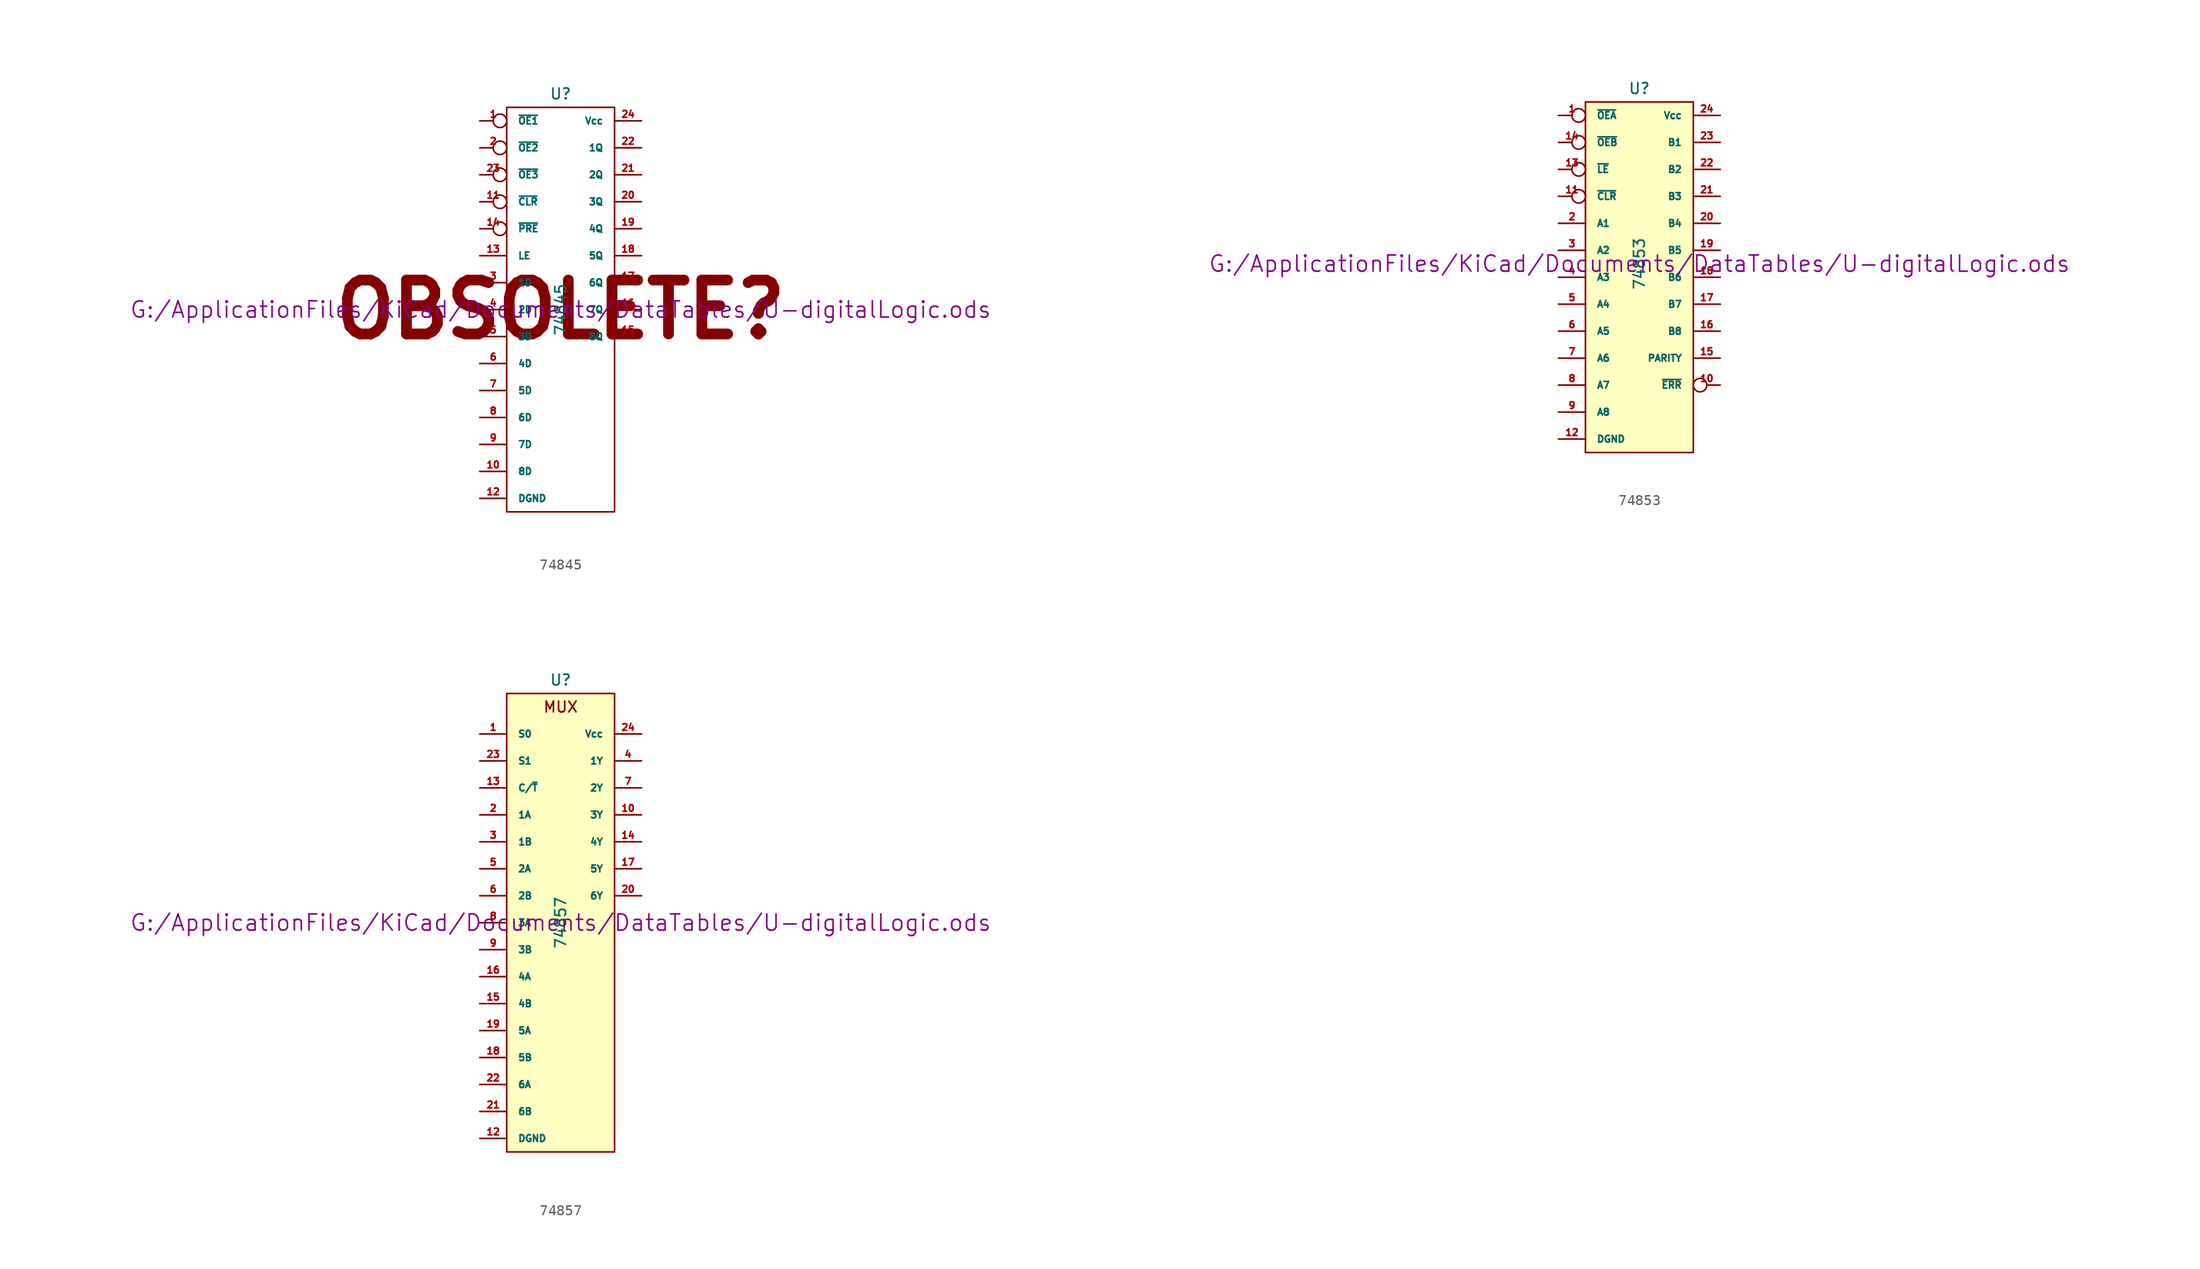
<source format=kicad_sym>
(kicad_symbol_lib
  (version 20211014)
  (generator kicad_symbol_editor)
  (symbol "74845"
    (pin_names
      (offset 1.016))
    (property "Reference" "U"
      (at 0 20.32 0)
      (effects (font (size 1.016 1.016))))
    (property "Value" "74845"
      (at 0 0 90)
      (effects (font (size 1.016 1.016))))
    (property "Footprint" ""
      (at 0 0 0)
      (effects (font (size 1.524 1.524))))
    (property "Datasheet" "G:/ApplicationFiles/KiCad/Documents/DataTables/U-digitalLogic.ods"
      (at 0 0 0)
      (effects (font (size 1.524 1.524))))
    (symbol "74845_0_0"
      (text "OBSOLETE?" (at 0 0 0) (effects (font (size 5.08 5.08) bold))))
    (symbol "74845_0_1"
      (rectangle (start -5.08 19.05) (end 5.08 -19.05) (stroke (width 0) (type default) (color 0 0 0 0)) (fill (type none))))
    (symbol "74845_1_1"
      (pin input inverted (at -7.62 17.78 0) (length 2.54) (name "~{OE1}" (effects (font (size 0.635 0.635)))) (number "1" (effects (font (size 0.635 0.635)))))
      (pin input line (at -7.62 -15.24 0) (length 2.54) (name "8D" (effects (font (size 0.635 0.635)))) (number "10" (effects (font (size 0.635 0.635)))))
      (pin input inverted (at -7.62 10.16 0) (length 2.54) (name "~{CLR}" (effects (font (size 0.635 0.635)))) (number "11" (effects (font (size 0.635 0.635)))))
      (pin power_in line (at -7.62 -17.78 0) (length 2.54) (name "DGND" (effects (font (size 0.635 0.635)))) (number "12" (effects (font (size 0.635 0.635)))))
      (pin input line (at -7.62 5.08 0) (length 2.54) (name "LE" (effects (font (size 0.635 0.635)))) (number "13" (effects (font (size 0.635 0.635)))))
      (pin input inverted (at -7.62 7.62 0) (length 2.54) (name "~{PRE}" (effects (font (size 0.635 0.635)))) (number "14" (effects (font (size 0.635 0.635)))))
      (pin tri_state line (at 7.62 -2.54 180) (length 2.54) (name "8Q" (effects (font (size 0.635 0.635)))) (number "15" (effects (font (size 0.635 0.635)))))
      (pin tri_state line (at 7.62 0 180) (length 2.54) (name "7Q" (effects (font (size 0.635 0.635)))) (number "16" (effects (font (size 0.635 0.635)))))
      (pin tri_state line (at 7.62 2.54 180) (length 2.54) (name "6Q" (effects (font (size 0.635 0.635)))) (number "17" (effects (font (size 0.635 0.635)))))
      (pin tri_state line (at 7.62 5.08 180) (length 2.54) (name "5Q" (effects (font (size 0.635 0.635)))) (number "18" (effects (font (size 0.635 0.635)))))
      (pin tri_state line (at 7.62 7.62 180) (length 2.54) (name "4Q" (effects (font (size 0.635 0.635)))) (number "19" (effects (font (size 0.635 0.635)))))
      (pin input inverted (at -7.62 15.24 0) (length 2.54) (name "~{OE2}" (effects (font (size 0.635 0.635)))) (number "2" (effects (font (size 0.635 0.635)))))
      (pin tri_state line (at 7.62 10.16 180) (length 2.54) (name "3Q" (effects (font (size 0.635 0.635)))) (number "20" (effects (font (size 0.635 0.635)))))
      (pin tri_state line (at 7.62 12.7 180) (length 2.54) (name "2Q" (effects (font (size 0.635 0.635)))) (number "21" (effects (font (size 0.635 0.635)))))
      (pin tri_state line (at 7.62 15.24 180) (length 2.54) (name "1Q" (effects (font (size 0.635 0.635)))) (number "22" (effects (font (size 0.635 0.635)))))
      (pin input inverted (at -7.62 12.7 0) (length 2.54) (name "~{OE3}" (effects (font (size 0.635 0.635)))) (number "23" (effects (font (size 0.635 0.635)))))
      (pin power_in line (at 7.62 17.78 180) (length 2.54) (name "Vcc" (effects (font (size 0.635 0.635)))) (number "24" (effects (font (size 0.635 0.635)))))
      (pin input line (at -7.62 2.54 0) (length 2.54) (name "1D" (effects (font (size 0.635 0.635)))) (number "3" (effects (font (size 0.635 0.635)))))
      (pin input line (at -7.62 0 0) (length 2.54) (name "2D" (effects (font (size 0.635 0.635)))) (number "4" (effects (font (size 0.635 0.635)))))
      (pin input line (at -7.62 -2.54 0) (length 2.54) (name "3D" (effects (font (size 0.635 0.635)))) (number "5" (effects (font (size 0.635 0.635)))))
      (pin input line (at -7.62 -5.08 0) (length 2.54) (name "4D" (effects (font (size 0.635 0.635)))) (number "6" (effects (font (size 0.635 0.635)))))
      (pin input line (at -7.62 -7.62 0) (length 2.54) (name "5D" (effects (font (size 0.635 0.635)))) (number "7" (effects (font (size 0.635 0.635)))))
      (pin input line (at -7.62 -10.16 0) (length 2.54) (name "6D" (effects (font (size 0.635 0.635)))) (number "8" (effects (font (size 0.635 0.635)))))
      (pin input line (at -7.62 -12.7 0) (length 2.54) (name "7D" (effects (font (size 0.635 0.635)))) (number "9" (effects (font (size 0.635 0.635)))))))
  (symbol "74853"
    (pin_names
      (offset 1.016))
    (property "Reference" "U"
      (at 0 16.51 0)
      (effects (font (size 1.016 1.016))))
    (property "Value" "74853"
      (at 0 0 90)
      (effects (font (size 1.016 1.016))))
    (property "Footprint" ""
      (at 0 0 0)
      (effects (font (size 1.524 1.524))))
    (property "Datasheet" "G:/ApplicationFiles/KiCad/Documents/DataTables/U-digitalLogic.ods"
      (at 0 0 0)
      (effects (font (size 1.524 1.524))))
    (symbol "74853_0_1"
      (rectangle (start -5.08 15.24) (end 5.08 -17.78) (stroke (width 0) (type default) (color 0 0 0 0)) (fill (type background))))
    (symbol "74853_1_1"
      (pin input inverted (at -7.62 13.97 0) (length 2.54) (name "~{OEA}" (effects (font (size 0.635 0.635)))) (number "1" (effects (font (size 0.635 0.635)))))
      (pin output inverted (at 7.62 -11.43 180) (length 2.54) (name "~{ERR}" (effects (font (size 0.635 0.635)))) (number "10" (effects (font (size 0.635 0.635)))))
      (pin input inverted (at -7.62 6.35 0) (length 2.54) (name "~{CLR}" (effects (font (size 0.635 0.635)))) (number "11" (effects (font (size 0.635 0.635)))))
      (pin power_in line (at -7.62 -16.51 0) (length 2.54) (name "DGND" (effects (font (size 0.635 0.635)))) (number "12" (effects (font (size 0.635 0.635)))))
      (pin input inverted (at -7.62 8.89 0) (length 2.54) (name "~{LE}" (effects (font (size 0.635 0.635)))) (number "13" (effects (font (size 0.635 0.635)))))
      (pin input inverted (at -7.62 11.43 0) (length 2.54) (name "~{OEB}" (effects (font (size 0.635 0.635)))) (number "14" (effects (font (size 0.635 0.635)))))
      (pin output line (at 7.62 -8.89 180) (length 2.54) (name "PARITY" (effects (font (size 0.635 0.635)))) (number "15" (effects (font (size 0.635 0.635)))))
      (pin bidirectional line (at 7.62 -6.35 180) (length 2.54) (name "B8" (effects (font (size 0.635 0.635)))) (number "16" (effects (font (size 0.635 0.635)))))
      (pin bidirectional line (at 7.62 -3.81 180) (length 2.54) (name "B7" (effects (font (size 0.635 0.635)))) (number "17" (effects (font (size 0.635 0.635)))))
      (pin bidirectional line (at 7.62 -1.27 180) (length 2.54) (name "B6" (effects (font (size 0.635 0.635)))) (number "18" (effects (font (size 0.635 0.635)))))
      (pin bidirectional line (at 7.62 1.27 180) (length 2.54) (name "B5" (effects (font (size 0.635 0.635)))) (number "19" (effects (font (size 0.635 0.635)))))
      (pin bidirectional line (at -7.62 3.81 0) (length 2.54) (name "A1" (effects (font (size 0.635 0.635)))) (number "2" (effects (font (size 0.635 0.635)))))
      (pin bidirectional line (at 7.62 3.81 180) (length 2.54) (name "B4" (effects (font (size 0.635 0.635)))) (number "20" (effects (font (size 0.635 0.635)))))
      (pin bidirectional line (at 7.62 6.35 180) (length 2.54) (name "B3" (effects (font (size 0.635 0.635)))) (number "21" (effects (font (size 0.635 0.635)))))
      (pin bidirectional line (at 7.62 8.89 180) (length 2.54) (name "B2" (effects (font (size 0.635 0.635)))) (number "22" (effects (font (size 0.635 0.635)))))
      (pin bidirectional line (at 7.62 11.43 180) (length 2.54) (name "B1" (effects (font (size 0.635 0.635)))) (number "23" (effects (font (size 0.635 0.635)))))
      (pin power_in line (at 7.62 13.97 180) (length 2.54) (name "Vcc" (effects (font (size 0.635 0.635)))) (number "24" (effects (font (size 0.635 0.635)))))
      (pin bidirectional line (at -7.62 1.27 0) (length 2.54) (name "A2" (effects (font (size 0.635 0.635)))) (number "3" (effects (font (size 0.635 0.635)))))
      (pin bidirectional line (at -7.62 -1.27 0) (length 2.54) (name "A3" (effects (font (size 0.635 0.635)))) (number "4" (effects (font (size 0.635 0.635)))))
      (pin bidirectional line (at -7.62 -3.81 0) (length 2.54) (name "A4" (effects (font (size 0.635 0.635)))) (number "5" (effects (font (size 0.635 0.635)))))
      (pin bidirectional line (at -7.62 -6.35 0) (length 2.54) (name "A5" (effects (font (size 0.635 0.635)))) (number "6" (effects (font (size 0.635 0.635)))))
      (pin bidirectional line (at -7.62 -8.89 0) (length 2.54) (name "A6" (effects (font (size 0.635 0.635)))) (number "7" (effects (font (size 0.635 0.635)))))
      (pin bidirectional line (at -7.62 -11.43 0) (length 2.54) (name "A7" (effects (font (size 0.635 0.635)))) (number "8" (effects (font (size 0.635 0.635)))))
      (pin bidirectional line (at -7.62 -13.97 0) (length 2.54) (name "A8" (effects (font (size 0.635 0.635)))) (number "9" (effects (font (size 0.635 0.635)))))))
  (symbol "74857"
    (pin_names
      (offset 1.016))
    (property "Reference" "U"
      (at 0 22.86 0)
      (effects (font (size 1.016 1.016))))
    (property "Value" "74857"
      (at 0 0 90)
      (effects (font (size 1.016 1.016))))
    (property "Footprint" ""
      (at 0 0 0)
      (effects (font (size 1.524 1.524))))
    (property "Datasheet" "G:/ApplicationFiles/KiCad/Documents/DataTables/U-digitalLogic.ods"
      (at 0 0 0)
      (effects (font (size 1.524 1.524))))
    (symbol "74857_0_0"
      (text "MUX" (at 0 20.32 0) (effects (font (size 1.016 1.016)))))
    (symbol "74857_0_1"
      (rectangle (start -5.08 21.59) (end 5.08 -21.59) (stroke (width 0) (type default) (color 0 0 0 0)) (fill (type background))))
    (symbol "74857_1_1"
      (pin input line (at -7.62 17.78 0) (length 2.54) (name "S0" (effects (font (size 0.635 0.635)))) (number "1" (effects (font (size 0.635 0.635)))))
      (pin tri_state line (at 7.62 10.16 180) (length 2.54) (name "3Y" (effects (font (size 0.635 0.635)))) (number "10" (effects (font (size 0.635 0.635)))))
      (pin power_in line (at -7.62 -20.32 0) (length 2.54) (name "DGND" (effects (font (size 0.635 0.635)))) (number "12" (effects (font (size 0.635 0.635)))))
      (pin input line (at -7.62 12.7 0) (length 2.54) (name "C/~{T}" (effects (font (size 0.635 0.635)))) (number "13" (effects (font (size 0.635 0.635)))))
      (pin tri_state line (at 7.62 7.62 180) (length 2.54) (name "4Y" (effects (font (size 0.635 0.635)))) (number "14" (effects (font (size 0.635 0.635)))))
      (pin input line (at -7.62 -7.62 0) (length 2.54) (name "4B" (effects (font (size 0.635 0.635)))) (number "15" (effects (font (size 0.635 0.635)))))
      (pin input line (at -7.62 -5.08 0) (length 2.54) (name "4A" (effects (font (size 0.635 0.635)))) (number "16" (effects (font (size 0.635 0.635)))))
      (pin tri_state line (at 7.62 5.08 180) (length 2.54) (name "5Y" (effects (font (size 0.635 0.635)))) (number "17" (effects (font (size 0.635 0.635)))))
      (pin input line (at -7.62 -12.7 0) (length 2.54) (name "5B" (effects (font (size 0.635 0.635)))) (number "18" (effects (font (size 0.635 0.635)))))
      (pin input line (at -7.62 -10.16 0) (length 2.54) (name "5A" (effects (font (size 0.635 0.635)))) (number "19" (effects (font (size 0.635 0.635)))))
      (pin input line (at -7.62 10.16 0) (length 2.54) (name "1A" (effects (font (size 0.635 0.635)))) (number "2" (effects (font (size 0.635 0.635)))))
      (pin tri_state line (at 7.62 2.54 180) (length 2.54) (name "6Y" (effects (font (size 0.635 0.635)))) (number "20" (effects (font (size 0.635 0.635)))))
      (pin input line (at -7.62 -17.78 0) (length 2.54) (name "6B" (effects (font (size 0.635 0.635)))) (number "21" (effects (font (size 0.635 0.635)))))
      (pin input line (at -7.62 -15.24 0) (length 2.54) (name "6A" (effects (font (size 0.635 0.635)))) (number "22" (effects (font (size 0.635 0.635)))))
      (pin input line (at -7.62 15.24 0) (length 2.54) (name "S1" (effects (font (size 0.635 0.635)))) (number "23" (effects (font (size 0.635 0.635)))))
      (pin power_in line (at 7.62 17.78 180) (length 2.54) (name "Vcc" (effects (font (size 0.635 0.635)))) (number "24" (effects (font (size 0.635 0.635)))))
      (pin input line (at -7.62 7.62 0) (length 2.54) (name "1B" (effects (font (size 0.635 0.635)))) (number "3" (effects (font (size 0.635 0.635)))))
      (pin tri_state line (at 7.62 15.24 180) (length 2.54) (name "1Y" (effects (font (size 0.635 0.635)))) (number "4" (effects (font (size 0.635 0.635)))))
      (pin input line (at -7.62 5.08 0) (length 2.54) (name "2A" (effects (font (size 0.635 0.635)))) (number "5" (effects (font (size 0.635 0.635)))))
      (pin input line (at -7.62 2.54 0) (length 2.54) (name "2B" (effects (font (size 0.635 0.635)))) (number "6" (effects (font (size 0.635 0.635)))))
      (pin tri_state line (at 7.62 12.7 180) (length 2.54) (name "2Y" (effects (font (size 0.635 0.635)))) (number "7" (effects (font (size 0.635 0.635)))))
      (pin input line (at -7.62 0 0) (length 2.54) (name "3A" (effects (font (size 0.635 0.635)))) (number "8" (effects (font (size 0.635 0.635)))))
      (pin input line (at -7.62 -2.54 0) (length 2.54) (name "3B" (effects (font (size 0.635 0.635)))) (number "9" (effects (font (size 0.635 0.635))))))))
</source>
